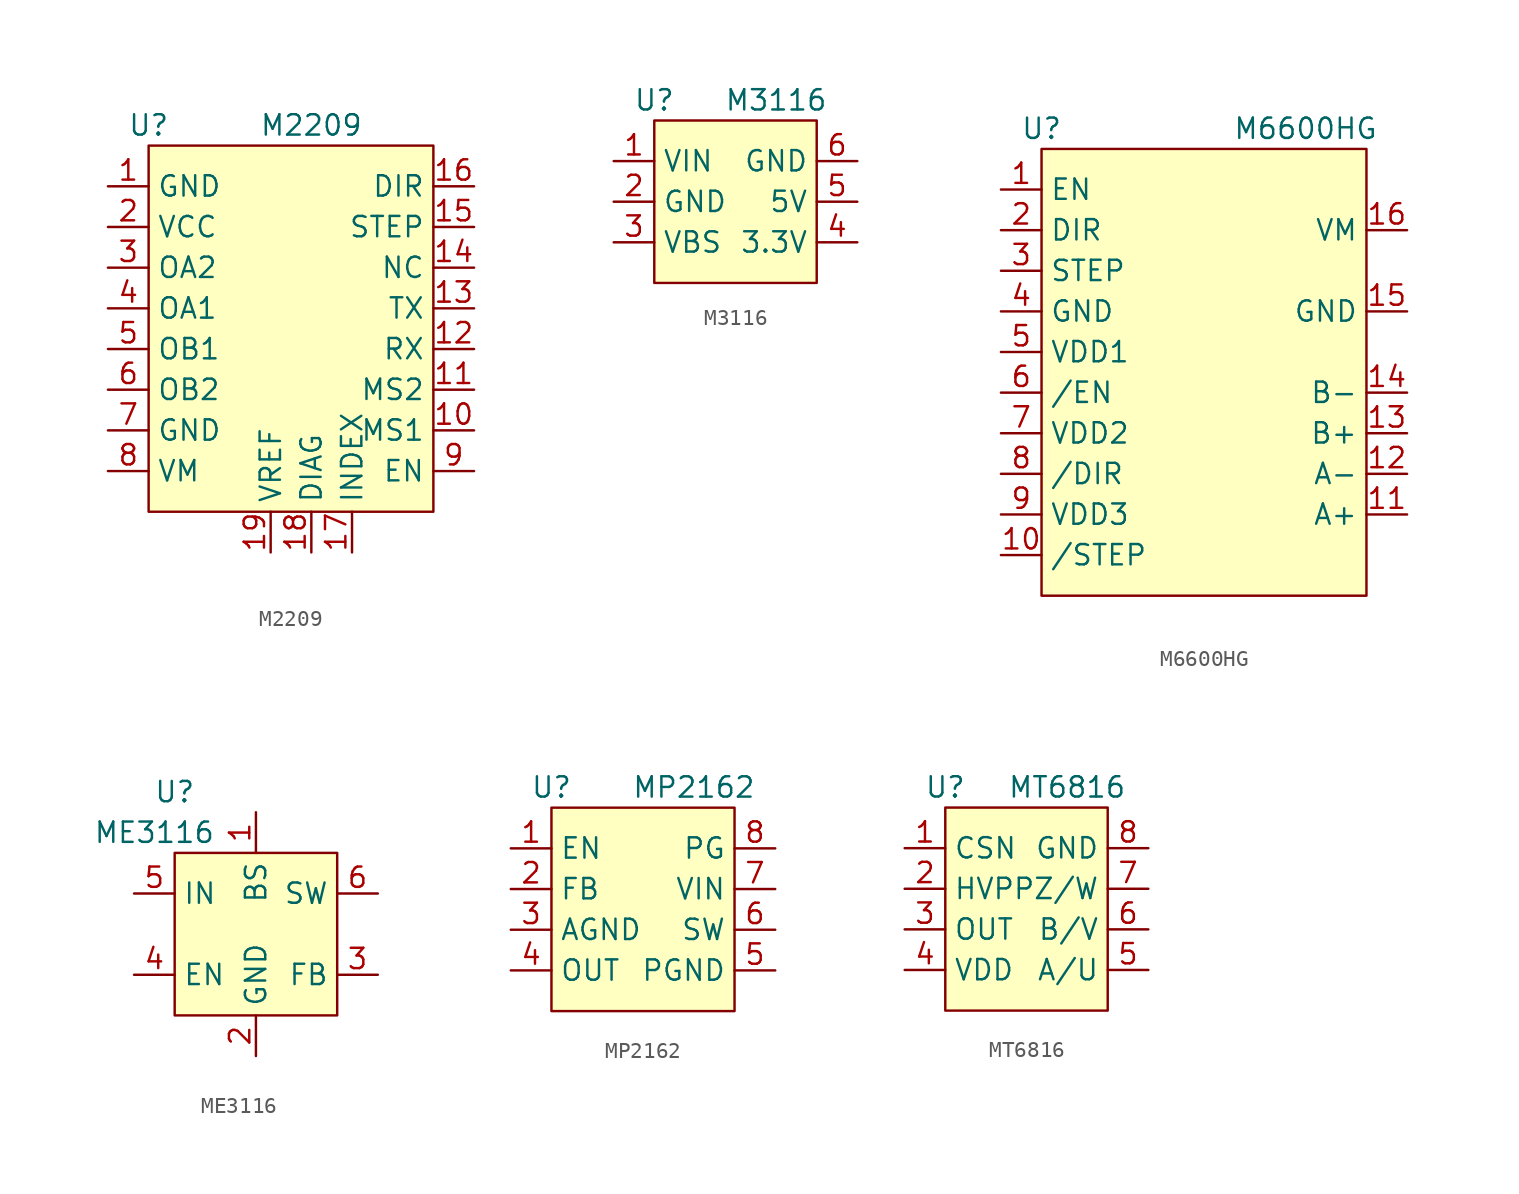
<source format=kicad_sym>
(kicad_symbol_lib
  (version 20220914)
  (generator kicad_symbol_editor)
  (symbol "M2209"
    (property "Reference" "U"
      (at 0 1.27 0)
      (effects (font (size 1.27 1.27))))
    (property "Value" "M2209"
      (at 10.16 1.27 0)
      (effects (font (size 1.27 1.27))))
    (symbol "M2209_0_1"
      (rectangle (start 0 0) (end 17.78 -22.86) (stroke (width 0) (type default)) (fill (type background))))
    (symbol "M2209_1_1"
      (pin power_in line (at -2.54 -2.54 0) (length 2.54) (name "GND" (effects (font (size 1.27 1.27)))) (number "1" (effects (font (size 1.27 1.27)))))
      (pin input line (at 20.32 -17.78 180) (length 2.54) (name "MS1" (effects (font (size 1.27 1.27)))) (number "10" (effects (font (size 1.27 1.27)))))
      (pin input line (at 20.32 -15.24 180) (length 2.54) (name "MS2" (effects (font (size 1.27 1.27)))) (number "11" (effects (font (size 1.27 1.27)))))
      (pin input line (at 20.32 -12.7 180) (length 2.54) (name "RX" (effects (font (size 1.27 1.27)))) (number "12" (effects (font (size 1.27 1.27)))))
      (pin output line (at 20.32 -10.16 180) (length 2.54) (name "TX" (effects (font (size 1.27 1.27)))) (number "13" (effects (font (size 1.27 1.27)))))
      (pin input line (at 20.32 -7.62 180) (length 2.54) (name "NC" (effects (font (size 1.27 1.27)))) (number "14" (effects (font (size 1.27 1.27)))))
      (pin input line (at 20.32 -5.08 180) (length 2.54) (name "STEP" (effects (font (size 1.27 1.27)))) (number "15" (effects (font (size 1.27 1.27)))))
      (pin input line (at 20.32 -2.54 180) (length 2.54) (name "DIR" (effects (font (size 1.27 1.27)))) (number "16" (effects (font (size 1.27 1.27)))))
      (pin output line (at 12.7 -25.4 90) (length 2.54) (name "INDEX" (effects (font (size 1.27 1.27)))) (number "17" (effects (font (size 1.27 1.27)))))
      (pin output line (at 10.16 -25.4 90) (length 2.54) (name "DIAG" (effects (font (size 1.27 1.27)))) (number "18" (effects (font (size 1.27 1.27)))))
      (pin output line (at 7.62 -25.4 90) (length 2.54) (name "VREF" (effects (font (size 1.27 1.27)))) (number "19" (effects (font (size 1.27 1.27)))))
      (pin power_in line (at -2.54 -5.08 0) (length 2.54) (name "VCC" (effects (font (size 1.27 1.27)))) (number "2" (effects (font (size 1.27 1.27)))))
      (pin output line (at -2.54 -7.62 0) (length 2.54) (name "OA2" (effects (font (size 1.27 1.27)))) (number "3" (effects (font (size 1.27 1.27)))))
      (pin output line (at -2.54 -10.16 0) (length 2.54) (name "OA1" (effects (font (size 1.27 1.27)))) (number "4" (effects (font (size 1.27 1.27)))))
      (pin output line (at -2.54 -12.7 0) (length 2.54) (name "OB1" (effects (font (size 1.27 1.27)))) (number "5" (effects (font (size 1.27 1.27)))))
      (pin output line (at -2.54 -15.24 0) (length 2.54) (name "OB2" (effects (font (size 1.27 1.27)))) (number "6" (effects (font (size 1.27 1.27)))))
      (pin power_in line (at -2.54 -17.78 0) (length 2.54) (name "GND" (effects (font (size 1.27 1.27)))) (number "7" (effects (font (size 1.27 1.27)))))
      (pin power_in line (at -2.54 -20.32 0) (length 2.54) (name "VM" (effects (font (size 1.27 1.27)))) (number "8" (effects (font (size 1.27 1.27)))))
      (pin input line (at 20.32 -20.32 180) (length 2.54) (name "EN" (effects (font (size 1.27 1.27)))) (number "9" (effects (font (size 1.27 1.27)))))))
  (symbol "M3116"
    (property "Reference" "U"
      (at 0 1.27 0)
      (effects (font (size 1.27 1.27))))
    (property "Value" "M3116"
      (at 7.62 1.27 0)
      (effects (font (size 1.27 1.27))))
    (symbol "M3116_0_1"
      (rectangle (start 0 0) (end 10.16 -10.16) (stroke (width 0) (type default)) (fill (type background))))
    (symbol "M3116_1_1"
      (pin power_in line (at -2.54 -2.54 0) (length 2.54) (name "VIN" (effects (font (size 1.27 1.27)))) (number "1" (effects (font (size 1.27 1.27)))))
      (pin power_in line (at -2.54 -5.08 0) (length 2.54) (name "GND" (effects (font (size 1.27 1.27)))) (number "2" (effects (font (size 1.27 1.27)))))
      (pin power_in line (at -2.54 -7.62 0) (length 2.54) (name "VBS" (effects (font (size 1.27 1.27)))) (number "3" (effects (font (size 1.27 1.27)))))
      (pin power_out line (at 12.7 -7.62 180) (length 2.54) (name "3.3V" (effects (font (size 1.27 1.27)))) (number "4" (effects (font (size 1.27 1.27)))))
      (pin power_out line (at 12.7 -5.08 180) (length 2.54) (name "5V" (effects (font (size 1.27 1.27)))) (number "5" (effects (font (size 1.27 1.27)))))
      (pin power_in line (at 12.7 -2.54 180) (length 2.54) (name "GND" (effects (font (size 1.27 1.27)))) (number "6" (effects (font (size 1.27 1.27)))))))
  (symbol "M6600HG"
    (property "Reference" "U"
      (at 0 1.27 0)
      (effects (font (size 1.27 1.27))))
    (property "Value" "M6600HG"
      (at 16.51 1.27 0)
      (effects (font (size 1.27 1.27))))
    (symbol "M6600HG_0_1"
      (rectangle (start 0 0) (end 20.32 -27.94) (stroke (width 0) (type default)) (fill (type background))))
    (symbol "M6600HG_1_1"
      (pin input line (at -2.54 -2.54 0) (length 2.54) (name "EN" (effects (font (size 1.27 1.27)))) (number "1" (effects (font (size 1.27 1.27)))))
      (pin input line (at -2.54 -25.4 0) (length 2.54) (name "/STEP" (effects (font (size 1.27 1.27)))) (number "10" (effects (font (size 1.27 1.27)))))
      (pin output line (at 22.86 -22.86 180) (length 2.54) (name "A+" (effects (font (size 1.27 1.27)))) (number "11" (effects (font (size 1.27 1.27)))))
      (pin output line (at 22.86 -20.32 180) (length 2.54) (name "A-" (effects (font (size 1.27 1.27)))) (number "12" (effects (font (size 1.27 1.27)))))
      (pin output line (at 22.86 -17.78 180) (length 2.54) (name "B+" (effects (font (size 1.27 1.27)))) (number "13" (effects (font (size 1.27 1.27)))))
      (pin output line (at 22.86 -15.24 180) (length 2.54) (name "B-" (effects (font (size 1.27 1.27)))) (number "14" (effects (font (size 1.27 1.27)))))
      (pin power_in line (at 22.86 -10.16 180) (length 2.54) (name "GND" (effects (font (size 1.27 1.27)))) (number "15" (effects (font (size 1.27 1.27)))))
      (pin power_in line (at 22.86 -5.08 180) (length 2.54) (name "VM" (effects (font (size 1.27 1.27)))) (number "16" (effects (font (size 1.27 1.27)))))
      (pin input line (at -2.54 -5.08 0) (length 2.54) (name "DIR" (effects (font (size 1.27 1.27)))) (number "2" (effects (font (size 1.27 1.27)))))
      (pin input line (at -2.54 -7.62 0) (length 2.54) (name "STEP" (effects (font (size 1.27 1.27)))) (number "3" (effects (font (size 1.27 1.27)))))
      (pin power_in line (at -2.54 -10.16 0) (length 2.54) (name "GND" (effects (font (size 1.27 1.27)))) (number "4" (effects (font (size 1.27 1.27)))))
      (pin power_in line (at -2.54 -12.7 0) (length 2.54) (name "VDD1" (effects (font (size 1.27 1.27)))) (number "5" (effects (font (size 1.27 1.27)))))
      (pin input line (at -2.54 -15.24 0) (length 2.54) (name "/EN" (effects (font (size 1.27 1.27)))) (number "6" (effects (font (size 1.27 1.27)))))
      (pin power_in line (at -2.54 -17.78 0) (length 2.54) (name "VDD2" (effects (font (size 1.27 1.27)))) (number "7" (effects (font (size 1.27 1.27)))))
      (pin input line (at -2.54 -20.32 0) (length 2.54) (name "/DIR" (effects (font (size 1.27 1.27)))) (number "8" (effects (font (size 1.27 1.27)))))
      (pin power_in line (at -2.54 -22.86 0) (length 2.54) (name "VDD3" (effects (font (size 1.27 1.27)))) (number "9" (effects (font (size 1.27 1.27)))))))
  (symbol "ME3116"
    (property "Reference" "U"
      (at 0 3.81 0)
      (effects (font (size 1.27 1.27))))
    (property "Value" "ME3116"
      (at -1.27 1.27 0)
      (effects (font (size 1.27 1.27))))
    (symbol "ME3116_0_1"
      (rectangle (start 0 0) (end 10.16 -10.16) (stroke (width 0) (type default)) (fill (type background))))
    (symbol "ME3116_1_1"
      (pin bidirectional line (at 5.08 2.54 270) (length 2.54) (name "BS" (effects (font (size 1.27 1.27)))) (number "1" (effects (font (size 1.27 1.27)))))
      (pin power_in line (at 5.08 -12.7 90) (length 2.54) (name "GND" (effects (font (size 1.27 1.27)))) (number "2" (effects (font (size 1.27 1.27)))))
      (pin input line (at 12.7 -7.62 180) (length 2.54) (name "FB" (effects (font (size 1.27 1.27)))) (number "3" (effects (font (size 1.27 1.27)))))
      (pin input line (at -2.54 -7.62 0) (length 2.54) (name "EN" (effects (font (size 1.27 1.27)))) (number "4" (effects (font (size 1.27 1.27)))))
      (pin power_in line (at -2.54 -2.54 0) (length 2.54) (name "IN" (effects (font (size 1.27 1.27)))) (number "5" (effects (font (size 1.27 1.27)))))
      (pin output line (at 12.7 -2.54 180) (length 2.54) (name "SW" (effects (font (size 1.27 1.27)))) (number "6" (effects (font (size 1.27 1.27)))))))
  (symbol "MP2162"
    (property "Reference" "U"
      (at 0 1.27 0)
      (effects (font (size 1.27 1.27))))
    (property "Value" "MP2162"
      (at 8.89 1.27 0)
      (effects (font (size 1.27 1.27))))
    (symbol "MP2162_0_1"
      (rectangle (start 0 0) (end 11.43 -12.7) (stroke (width 0) (type default)) (fill (type background))))
    (symbol "MP2162_1_1"
      (pin input line (at -2.54 -2.54 0) (length 2.54) (name "EN" (effects (font (size 1.27 1.27)))) (number "1" (effects (font (size 1.27 1.27)))))
      (pin input line (at -2.54 -5.08 0) (length 2.54) (name "FB" (effects (font (size 1.27 1.27)))) (number "2" (effects (font (size 1.27 1.27)))))
      (pin power_in line (at -2.54 -7.62 0) (length 2.54) (name "AGND" (effects (font (size 1.27 1.27)))) (number "3" (effects (font (size 1.27 1.27)))))
      (pin power_out line (at -2.54 -10.16 0) (length 2.54) (name "OUT" (effects (font (size 1.27 1.27)))) (number "4" (effects (font (size 1.27 1.27)))))
      (pin power_in line (at 13.97 -10.16 180) (length 2.54) (name "PGND" (effects (font (size 1.27 1.27)))) (number "5" (effects (font (size 1.27 1.27)))))
      (pin power_out line (at 13.97 -7.62 180) (length 2.54) (name "SW" (effects (font (size 1.27 1.27)))) (number "6" (effects (font (size 1.27 1.27)))))
      (pin power_in line (at 13.97 -5.08 180) (length 2.54) (name "VIN" (effects (font (size 1.27 1.27)))) (number "7" (effects (font (size 1.27 1.27)))))
      (pin output line (at 13.97 -2.54 180) (length 2.54) (name "PG" (effects (font (size 1.27 1.27)))) (number "8" (effects (font (size 1.27 1.27)))))))
  (symbol "MT6816"
    (property "Reference" "U"
      (at 0 1.27 0)
      (effects (font (size 1.27 1.27))))
    (property "Value" "MT6816"
      (at 7.62 1.27 0)
      (effects (font (size 1.27 1.27))))
    (symbol "MT6816_0_1"
      (rectangle (start 0 0) (end 10.16 -12.7) (stroke (width 0) (type default)) (fill (type background))))
    (symbol "MT6816_1_1"
      (pin input line (at -2.54 -2.54 0) (length 2.54) (name "CSN" (effects (font (size 1.27 1.27)))) (number "1" (effects (font (size 1.27 1.27)))))
      (pin power_in line (at -2.54 -5.08 0) (length 2.54) (name "HVPP" (effects (font (size 1.27 1.27)))) (number "2" (effects (font (size 1.27 1.27)))))
      (pin output line (at -2.54 -7.62 0) (length 2.54) (name "OUT" (effects (font (size 1.27 1.27)))) (number "3" (effects (font (size 1.27 1.27)))))
      (pin power_in line (at -2.54 -10.16 0) (length 2.54) (name "VDD" (effects (font (size 1.27 1.27)))) (number "4" (effects (font (size 1.27 1.27)))))
      (pin bidirectional line (at 12.7 -10.16 180) (length 2.54) (name "A/U" (effects (font (size 1.27 1.27)))) (number "5" (effects (font (size 1.27 1.27)))))
      (pin bidirectional line (at 12.7 -7.62 180) (length 2.54) (name "B/V" (effects (font (size 1.27 1.27)))) (number "6" (effects (font (size 1.27 1.27)))))
      (pin bidirectional line (at 12.7 -5.08 180) (length 2.54) (name "Z/W" (effects (font (size 1.27 1.27)))) (number "7" (effects (font (size 1.27 1.27)))))
      (pin power_in line (at 12.7 -2.54 180) (length 2.54) (name "GND" (effects (font (size 1.27 1.27)))) (number "8" (effects (font (size 1.27 1.27))))))))
</source>
